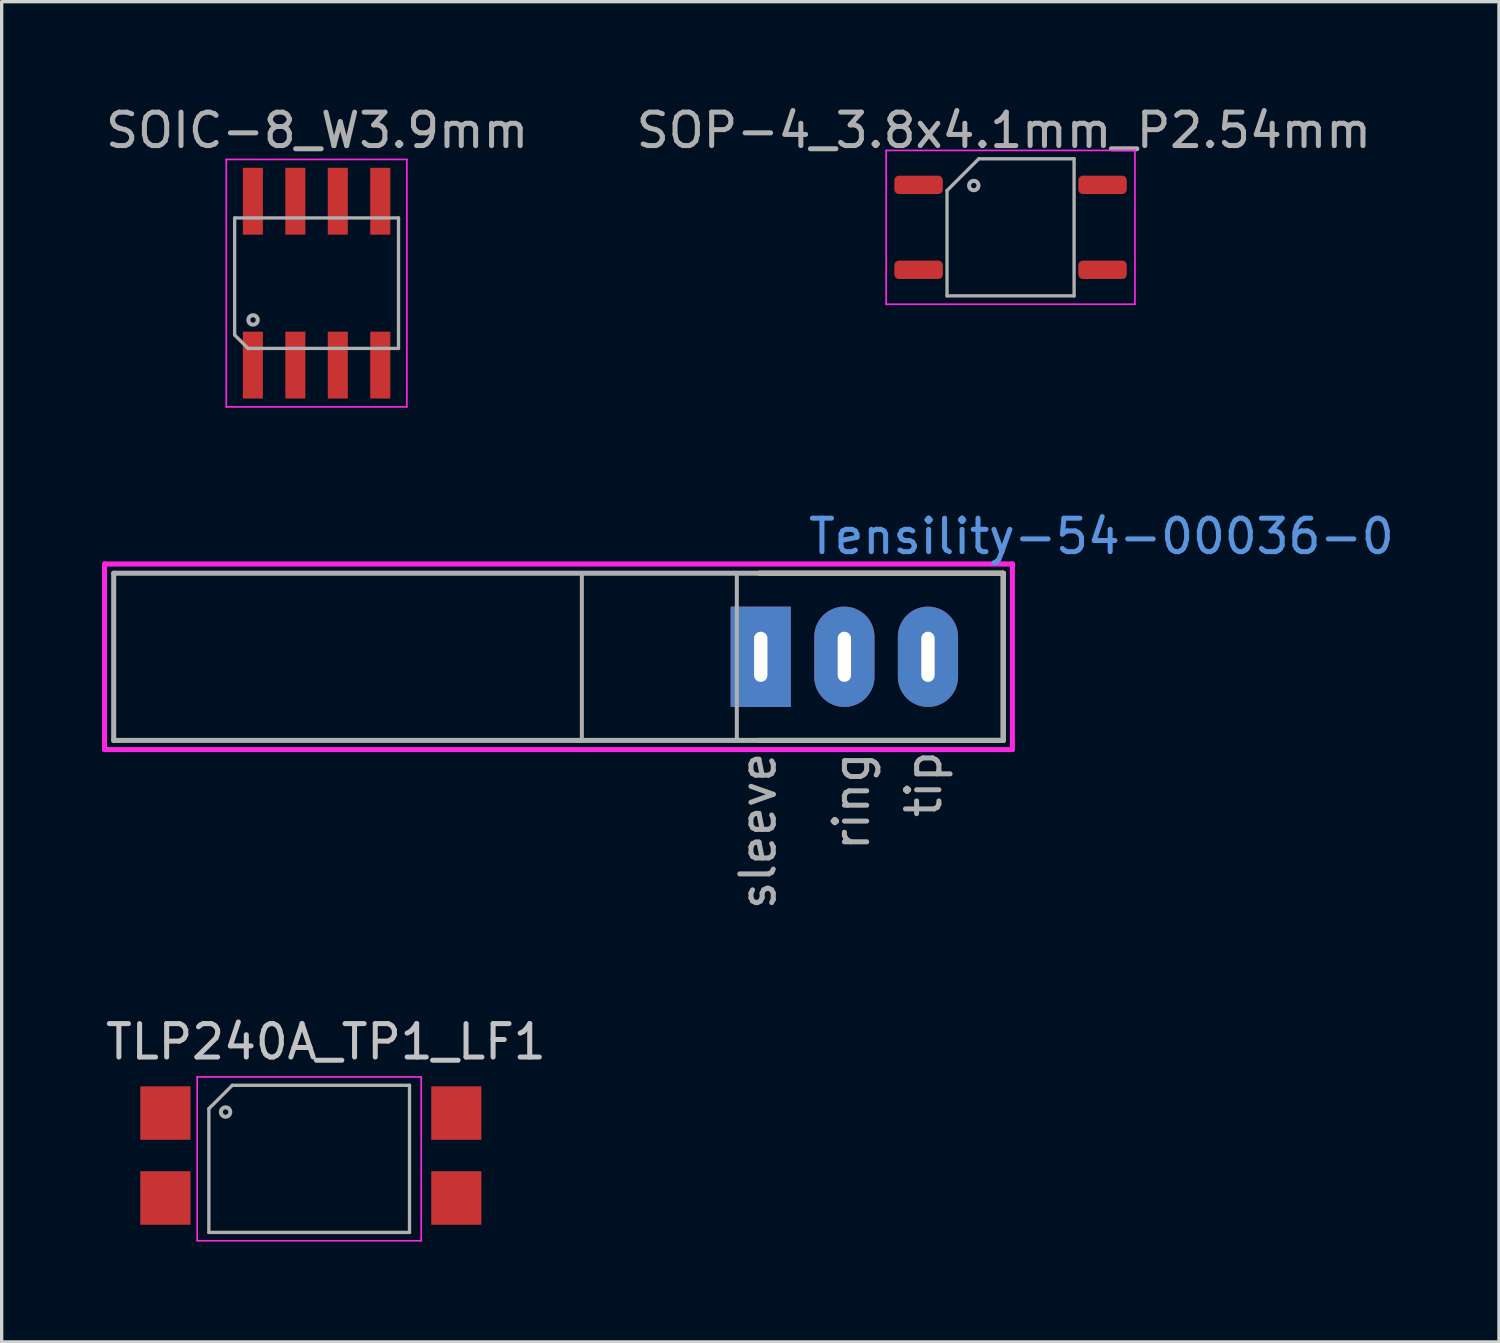
<source format=kicad_pcb>
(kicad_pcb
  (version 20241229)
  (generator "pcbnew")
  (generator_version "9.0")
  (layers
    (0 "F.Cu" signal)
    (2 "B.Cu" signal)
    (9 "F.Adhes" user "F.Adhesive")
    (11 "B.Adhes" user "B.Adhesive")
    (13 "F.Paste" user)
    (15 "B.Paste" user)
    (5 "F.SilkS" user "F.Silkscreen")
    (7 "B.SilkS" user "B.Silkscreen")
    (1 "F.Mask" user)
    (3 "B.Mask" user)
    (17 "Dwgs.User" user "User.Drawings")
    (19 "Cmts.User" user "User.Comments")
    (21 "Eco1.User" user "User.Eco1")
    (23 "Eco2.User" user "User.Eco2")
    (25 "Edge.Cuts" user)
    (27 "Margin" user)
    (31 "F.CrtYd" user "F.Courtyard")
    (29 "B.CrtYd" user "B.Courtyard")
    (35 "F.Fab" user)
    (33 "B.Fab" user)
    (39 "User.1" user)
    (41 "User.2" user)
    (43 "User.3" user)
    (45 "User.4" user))
  (footprint "Tensility-54-00036-0"
    (layer "F.Cu")
    (at 13.65 16.591)
    (property "Reference" "Tensility-54-00036-0" (at 7.4 -3.6 0) (layer "Cmts.User") (effects (font (size 1 1) (thickness 0.15)) (justify left)))
    (attr through_hole)
    (fp_line (start 13.3 -2.5) (end 6 -2.5) (stroke (width 0.15) (type solid)) (layer "F.SilkS"))
    (fp_line (start 13.3 2.5) (end 6 2.5) (stroke (width 0.15) (type solid)) (layer "F.SilkS"))
    (fp_line (start 13.3 2.5) (end 13.3 -2.5) (stroke (width 0.15) (type solid)) (layer "F.SilkS"))
    (fp_line (start -13.575 -2.775) (end -13.575 2.775) (stroke (width 0.15) (type solid)) (layer "F.CrtYd"))
    (fp_line (start -13.575 2.775) (end 13.575 2.775) (stroke (width 0.15) (type solid)) (layer "F.CrtYd"))
    (fp_line (start 13.575 -2.775) (end -13.575 -2.775) (stroke (width 0.15) (type solid)) (layer "F.CrtYd"))
    (fp_line (start 13.575 -2.775) (end 13.575 -2.775) (stroke (width 0.15) (type solid)) (layer "F.CrtYd"))
    (fp_line (start 13.575 2.775) (end 13.575 -2.775) (stroke (width 0.15) (type solid)) (layer "F.CrtYd"))
    (fp_line (start -13.3 -2.5) (end 13.3 -2.5) (stroke (width 0.15) (type solid)) (layer "F.Fab"))
    (fp_line (start -13.3 2.5) (end -13.3 -2.5) (stroke (width 0.15) (type solid)) (layer "F.Fab"))
    (fp_line (start 0.7 -2.5) (end 0.7 2.453) (stroke (width 0.12) (type solid)) (layer "F.Fab"))
    (fp_line (start 5.334 -2.477) (end 5.334 2.477) (stroke (width 0.12) (type solid)) (layer "F.Fab"))
    (fp_line (start 13.3 -2.5) (end 13.3 2.5) (stroke (width 0.15) (type solid)) (layer "F.Fab"))
    (fp_line (start 13.3 2.5) (end -13.3 2.5) (stroke (width 0.15) (type solid)) (layer "F.Fab"))
    (fp_text user "tip" (at 10.922 3.81 90) (layer "F.Fab") (effects (font (size 1 1) (thickness 0.15))))
    (fp_text user "sleeve" (at 5.969 5.207 90) (layer "F.Fab") (effects (font (size 1 1) (thickness 0.15))))
    (fp_text user "ring" (at 8.763 4.318 90) (layer "F.Fab") (effects (font (size 1 1) (thickness 0.15))))
    (pad "1" thru_hole oval (at 11.05 0) (size 1.8 3) (drill oval 0.4 1.5) (layers "*.Cu" "*.Mask"))
    (pad "2" thru_hole oval (at 8.55 0) (size 1.8 3) (drill oval 0.4 1.5) (layers "*.Cu" "*.Mask"))
    (pad "3" thru_hole rect (at 6.05 0) (size 1.8 3) (drill oval 0.4 1.5) (layers "*.Cu" "*.Mask")))
  (footprint "SOP-4_3.8x4.1mm_P2.54mm"
    (layer "F.Cu")
    (at 27.17 3.748)
    (property "Reference" "SOP-4_3.8x4.1mm_P2.54mm" (at -0.2 -2.9 0) (layer "F.Fab") (effects (font (size 1 1) (thickness 0.15))))
    (attr smd)
    (fp_line (start -3.72 -2.3) (end -3.72 2.3) (stroke (width 0.05) (type solid)) (layer "F.CrtYd"))
    (fp_line (start -3.72 2.3) (end 3.72 2.3) (stroke (width 0.05) (type solid)) (layer "F.CrtYd"))
    (fp_line (start 3.72 -2.3) (end -3.72 -2.3) (stroke (width 0.05) (type solid)) (layer "F.CrtYd"))
    (fp_line (start 3.72 2.3) (end 3.72 -2.3) (stroke (width 0.05) (type solid)) (layer "F.CrtYd"))
    (fp_line (start -1.9 -1.1) (end -0.95 -2.05) (stroke (width 0.1) (type solid)) (layer "F.Fab"))
    (fp_line (start -1.9 2.05) (end -1.9 -1.1) (stroke (width 0.1) (type solid)) (layer "F.Fab"))
    (fp_line (start -0.95 -2.05) (end 1.9 -2.05) (stroke (width 0.1) (type solid)) (layer "F.Fab"))
    (fp_line (start 1.9 -2.05) (end 1.9 2.05) (stroke (width 0.1) (type solid)) (layer "F.Fab"))
    (fp_line (start 1.9 2.05) (end -1.9 2.05) (stroke (width 0.1) (type solid)) (layer "F.Fab"))
    (fp_circle (center -1.1 -1.25) (end -0.959 -1.25) (stroke (width 0.12) (type solid)) (fill no) (layer "F.Fab"))
    (pad "1" smd roundrect (at -2.75 -1.27) (size 1.45 0.55) (layers "F.Cu" "F.Mask" "F.Paste") (roundrect_rratio 0.25))
    (pad "2" smd roundrect (at -2.75 1.27) (size 1.45 0.55) (layers "F.Cu" "F.Mask" "F.Paste") (roundrect_rratio 0.25))
    (pad "3" smd roundrect (at 2.75 1.27) (size 1.45 0.55) (layers "F.Cu" "F.Mask" "F.Paste") (roundrect_rratio 0.25))
    (pad "4" smd roundrect (at 2.75 -1.27) (size 1.45 0.55) (layers "F.Cu" "F.Mask" "F.Paste") (roundrect_rratio 0.25)))
  (footprint "SOIC-8_W3.9mm"
    (layer "F.Cu")
    (at 6.417 5.418)
    (property "Reference" "SOIC-8_W3.9mm" (at 0.018 -4.569 0) (layer "F.Fab") (effects (font (size 1 1) (thickness 0.15))))
    (attr smd)
    (fp_line (start -2.7 -3.7) (end -2.7 3.7) (stroke (width 0.05) (type solid)) (layer "F.CrtYd"))
    (fp_line (start -2.7 -3.7) (end 2.7 -3.7) (stroke (width 0.05) (type solid)) (layer "F.CrtYd"))
    (fp_line (start -2.7 3.7) (end 2.7 3.7) (stroke (width 0.05) (type solid)) (layer "F.CrtYd"))
    (fp_line (start 2.7 -3.7) (end 2.7 3.7) (stroke (width 0.05) (type solid)) (layer "F.CrtYd"))
    (fp_line (start -2.45 -1.95) (end 2.45 -1.95) (stroke (width 0.1) (type solid)) (layer "F.Fab"))
    (fp_line (start -2.45 1.55) (end -2.45 -1.95) (stroke (width 0.1) (type solid)) (layer "F.Fab"))
    (fp_line (start -2.45 1.55) (end -2.05 1.95) (stroke (width 0.1) (type solid)) (layer "F.Fab"))
    (fp_line (start -2.05 1.95) (end 2.45 1.95) (stroke (width 0.1) (type solid)) (layer "F.Fab"))
    (fp_line (start 2.45 -1.95) (end 2.45 1.95) (stroke (width 0.1) (type solid)) (layer "F.Fab"))
    (fp_circle (center -1.9 1.1) (end -1.759 1.1) (stroke (width 0.12) (type solid)) (fill no) (layer "F.Fab"))
    (pad "1" smd rect (at -1.905 2.45) (size 0.6 2) (layers "F.Cu" "F.Mask" "F.Paste"))
    (pad "2" smd rect (at -0.635 2.45) (size 0.6 2) (layers "F.Cu" "F.Mask" "F.Paste"))
    (pad "3" smd rect (at 0.635 2.45) (size 0.6 2) (layers "F.Cu" "F.Mask" "F.Paste"))
    (pad "4" smd rect (at 1.905 2.45) (size 0.6 2) (layers "F.Cu" "F.Mask" "F.Paste"))
    (pad "5" smd rect (at 1.905 -2.45) (size 0.6 2) (layers "F.Cu" "F.Mask" "F.Paste"))
    (pad "6" smd rect (at 0.635 -2.45) (size 0.6 2) (layers "F.Cu" "F.Mask" "F.Paste"))
    (pad "7" smd rect (at -0.635 -2.45) (size 0.6 2) (layers "F.Cu" "F.Mask" "F.Paste"))
    (pad "8" smd rect (at -1.905 -2.45) (size 0.6 2) (layers "F.Cu" "F.Mask" "F.Paste")))
  (footprint "TLP240A_TP1_LF1"
    (layer "F.Cu")
    (at 6.196 31.605)
    (property "Reference" "TLP240A_TP1_LF1" (at 0.5 -3.5 0) (layer "Dwgs.User") (effects (font (size 1 1) (thickness 0.15))))
    (attr smd)
    (fp_line (start -3.35 -2.45) (end 3.35 -2.45) (stroke (width 0.05) (type solid)) (layer "F.CrtYd"))
    (fp_line (start -3.35 2.45) (end -3.35 -2.45) (stroke (width 0.05) (type solid)) (layer "F.CrtYd"))
    (fp_line (start 3.35 -2.45) (end 3.35 2.45) (stroke (width 0.05) (type solid)) (layer "F.CrtYd"))
    (fp_line (start 3.35 2.45) (end -3.35 2.45) (stroke (width 0.05) (type solid)) (layer "F.CrtYd"))
    (fp_line (start -3 -1.5) (end -3 2.2) (stroke (width 0.1) (type solid)) (layer "F.Fab"))
    (fp_line (start -2.3 -2.2) (end -3 -1.5) (stroke (width 0.1) (type solid)) (layer "F.Fab"))
    (fp_line (start 3 -2.2) (end -2.3 -2.2) (stroke (width 0.1) (type solid)) (layer "F.Fab"))
    (fp_line (start 3 -2.2) (end 3 2.2) (stroke (width 0.1) (type solid)) (layer "F.Fab"))
    (fp_line (start 3 2.2) (end -3 2.2) (stroke (width 0.1) (type solid)) (layer "F.Fab"))
    (fp_circle (center -2.5 -1.4) (end -2.5 -1.541) (stroke (width 0.12) (type solid)) (fill no) (layer "F.Fab"))
    (pad "1" smd rect (at -4.3 -1.37) (size 1.5 1.6) (layers "F.Cu" "F.Mask" "F.Paste"))
    (pad "2" smd rect (at -4.3 1.17) (size 1.5 1.6) (layers "F.Cu" "F.Mask" "F.Paste"))
    (pad "3" smd rect (at 4.4 1.17) (size 1.5 1.6) (layers "F.Cu" "F.Mask" "F.Paste"))
    (pad "4" smd rect (at 4.4 -1.37) (size 1.5 1.6) (layers "F.Cu" "F.Mask" "F.Paste")))
  (gr_rect
    (start -3 -3)
    (end 41.776 37.08)
    (stroke (width 0.1) (type default))
    (fill no)
    (layer "Edge.Cuts")))
</source>
